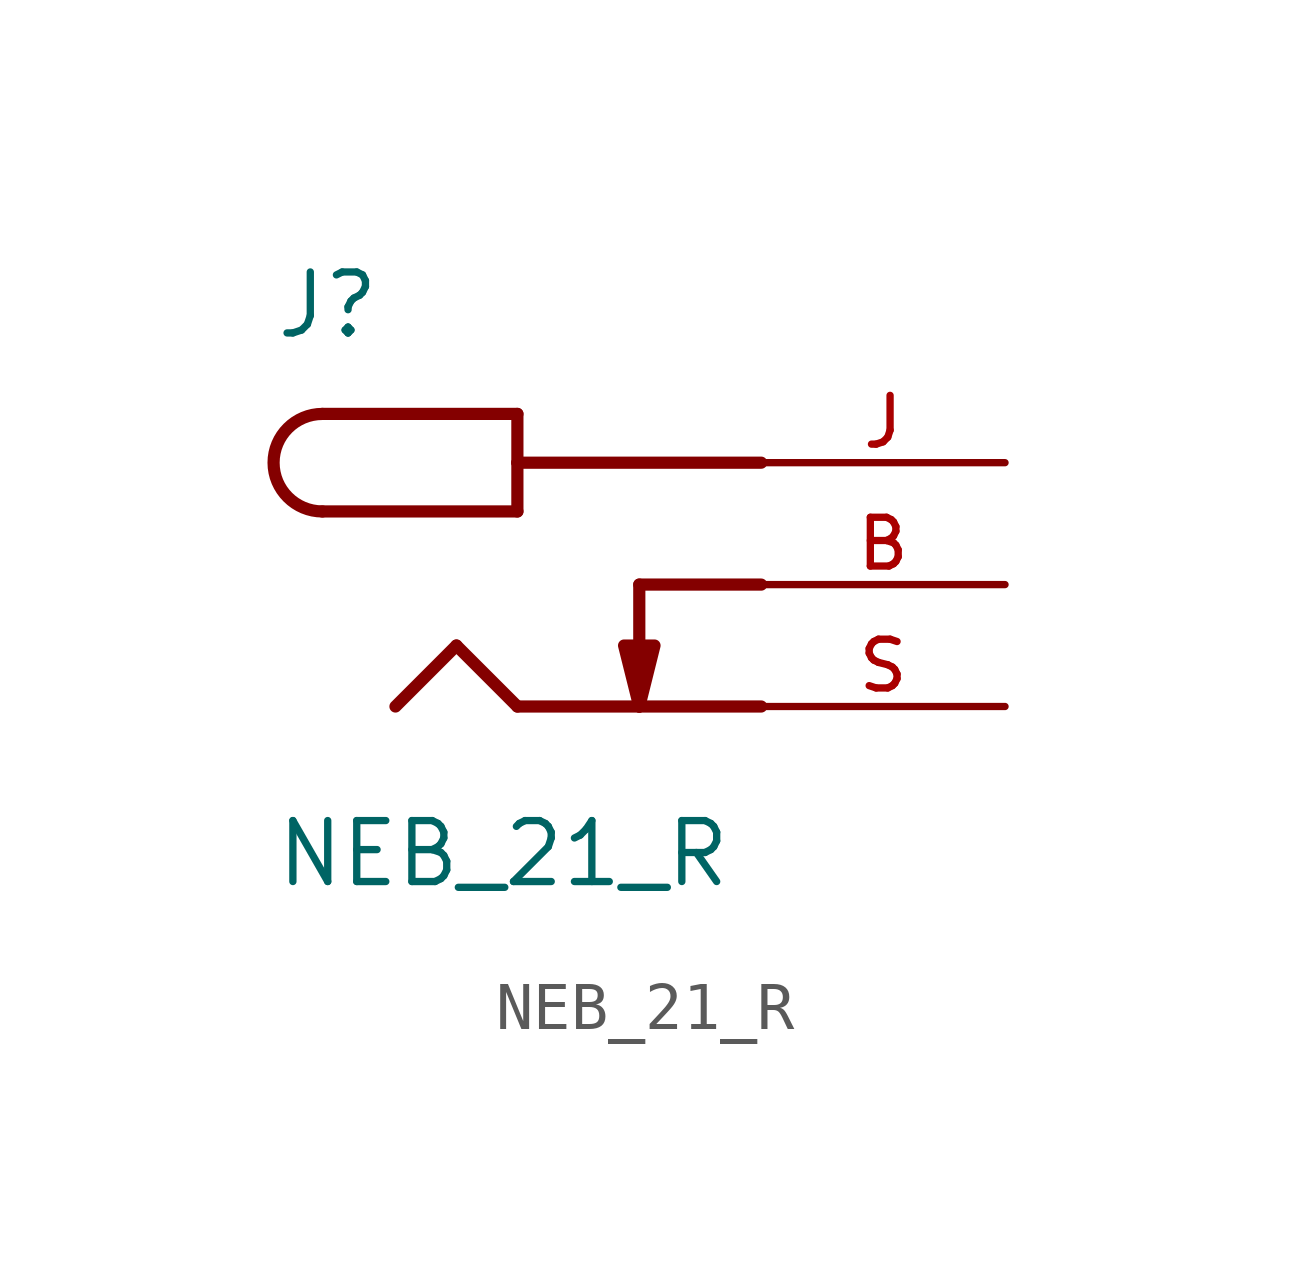
<source format=kicad_sym>
(kicad_symbol_lib
  (version 20211014)
  (generator kicad_symbol_editor)
  (symbol "NEB_21_R"
    (pin_names
      (offset 1.016))
    (property "Reference" "J"
      (at -5.08 5.08 0)
      (effects (font (size 1.27 1.27)) (justify bottom left)))
    (property "Value" "NEB_21_R"
      (at -5.08 -6.35 0)
      (effects (font (size 1.27 1.27)) (justify bottom left)))
    (symbol "NEB_21_R_0_0"
      (polyline (pts (xy 5.08 2.54) (xy 0.0 2.54)) (stroke (width 0.254)))
      (polyline (pts (xy 0.0 2.54) (xy 0.0 3.556)) (stroke (width 0.254)))
      (polyline (pts (xy 0.0 3.556) (xy -4.064 3.556)) (stroke (width 0.254)))
      (arc (start -4.064 1.524) (mid -5.08 2.54) (end -4.064 3.556) (stroke (width 0.254) (type default) (color 0 0 0 0)) (fill (type none)))
      (polyline (pts (xy -4.064 1.524) (xy 0.0 1.524)) (stroke (width 0.254)))
      (polyline (pts (xy 0.0 1.524) (xy 0.0 2.54)) (stroke (width 0.254)))
      (polyline (pts (xy 5.08 -2.54) (xy 2.54 -2.54)) (stroke (width 0.254)))
      (polyline (pts (xy 2.54 -2.54) (xy 0.0 -2.54)) (stroke (width 0.254)))
      (polyline (pts (xy 0.0 -2.54) (xy -1.27 -1.27)) (stroke (width 0.254)))
      (polyline (pts (xy -1.27 -1.27) (xy -2.54 -2.54)) (stroke (width 0.254)))
      (polyline (pts (xy 5.08 0.0) (xy 2.54 0.0)) (stroke (width 0.254)))
      (polyline (pts (xy 2.54 0.0) (xy 2.54 -2.54)) (stroke (width 0.254)))
      (polyline (pts (xy 2.54 -2.54) (xy 2.857 -1.27) (xy 2.223 -1.27) (xy 2.54 -2.54)) (stroke (width 0.254)) (fill (type outline)))
      (pin passive line (at 10.16 2.54 180.0) (length 5.08) (name "~" (effects (font (size 1.016 1.016)))) (number "J" (effects (font (size 1.016 1.016)))))
      (pin passive line (at 10.16 -2.54 180.0) (length 5.08) (name "~" (effects (font (size 1.016 1.016)))) (number "S" (effects (font (size 1.016 1.016)))))
      (pin passive line (at 10.16 0.0 180.0) (length 5.08) (name "~" (effects (font (size 1.016 1.016)))) (number "B" (effects (font (size 1.016 1.016))))))))
</source>
